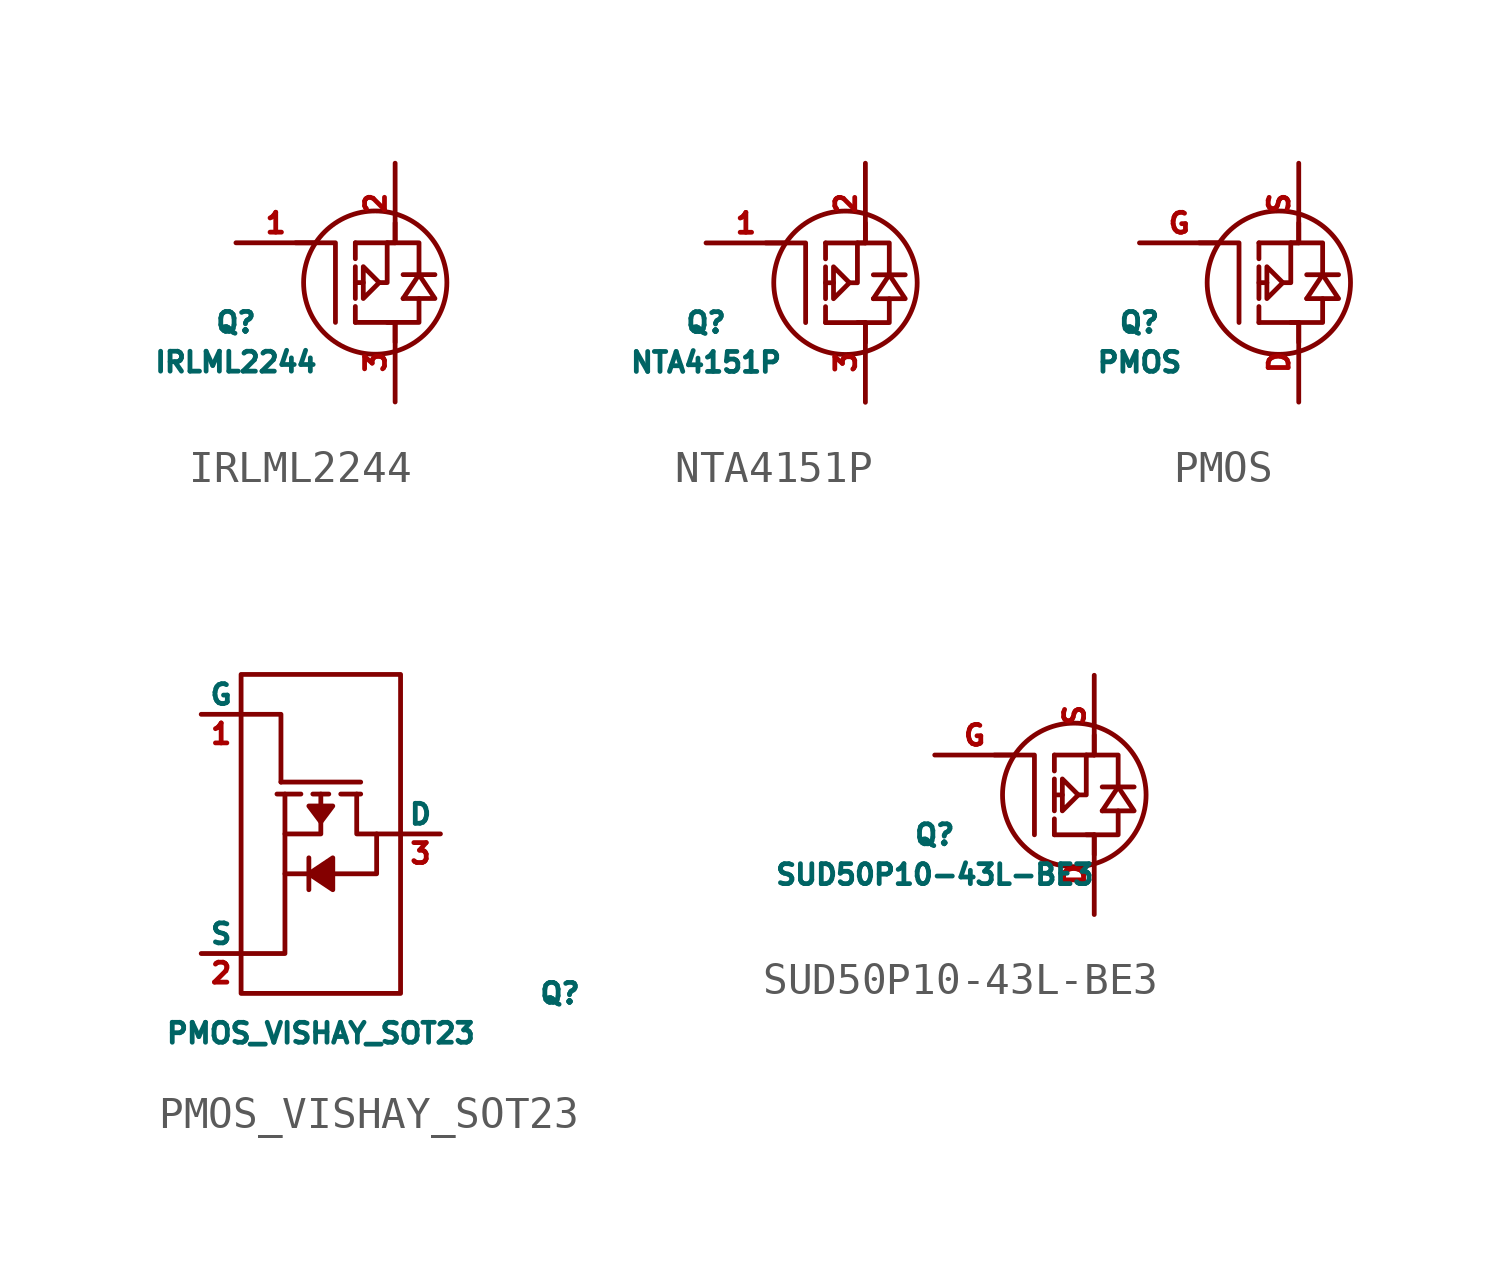
<source format=kicad_sym>
(kicad_symbol_lib
  (version 20211014)
  (generator kicad_symbol_editor)
  (symbol "IRLML2244"
    (pin_names
      (offset 0) hide)
    (property "Reference" "Q"
      (at -3.81 -1.27 0)
      (effects (font (size 0.635 0.635))))
    (property "Value" "IRLML2244"
      (at -3.81 -2.54 0)
      (effects (font (size 0.635 0.635))))
    (symbol "IRLML2244_0_1"
      (polyline (pts (xy 0 -0.762) (xy 0 -1.27)) (stroke (width 0) (type default) (color 0 0 0 0)) (fill (type none)))
      (polyline (pts (xy 0 0.508) (xy 0 -0.508)) (stroke (width 0) (type default) (color 0 0 0 0)) (fill (type none)))
      (polyline (pts (xy 0 0.762) (xy 0 1.27)) (stroke (width 0) (type default) (color 0 0 0 0)) (fill (type none)))
      (polyline (pts (xy 0.254 0) (xy 0 0)) (stroke (width 0) (type default) (color 0 0 0 0)) (fill (type none)))
      (polyline (pts (xy 1.524 -0.508) (xy 2.032 0.254)) (stroke (width 0) (type default) (color 0 0 0 0)) (fill (type none)))
      (polyline (pts (xy 1.524 0.254) (xy 2.54 0.254)) (stroke (width 0) (type default) (color 0 0 0 0)) (fill (type none)))
      (polyline (pts (xy -1.905 1.27) (xy -0.635 1.27) (xy -0.635 -1.27)) (stroke (width 0) (type default) (color 0 0 0 0)) (fill (type none)))
      (polyline (pts (xy 0 -1.27) (xy 1.27 -1.27) (xy 1.27 -1.905)) (stroke (width 0) (type default) (color 0 0 0 0)) (fill (type none)))
      (polyline (pts (xy 0 1.27) (xy 1.27 1.27) (xy 1.27 1.905)) (stroke (width 0) (type default) (color 0 0 0 0)) (fill (type none)))
      (polyline (pts (xy 0.762 0) (xy 1.016 0) (xy 1.016 1.27)) (stroke (width 0) (type default) (color 0 0 0 0)) (fill (type none)))
      (polyline (pts (xy 1.016 -1.27) (xy 2.032 -1.27) (xy 2.032 -0.508)) (stroke (width 0) (type default) (color 0 0 0 0)) (fill (type none)))
      (polyline (pts (xy 2.032 0.254) (xy 2.032 1.27) (xy 1.016 1.27)) (stroke (width 0) (type default) (color 0 0 0 0)) (fill (type none)))
      (polyline (pts (xy 0.254 0.508) (xy 0.254 -0.508) (xy 0.762 0) (xy 0.254 0.508)) (stroke (width 0) (type default) (color 0 0 0 0)) (fill (type none)))
      (polyline (pts (xy 1.524 -0.508) (xy 2.286 -0.508) (xy 2.54 -0.508) (xy 2.032 0.254)) (stroke (width 0) (type default) (color 0 0 0 0)) (fill (type none)))
      (circle (center 0.635 0) (radius 2.286) (stroke (width 0) (type default) (color 0 0 0 0)) (fill (type none))))
    (symbol "IRLML2244_1_1"
      (pin input line (at -3.81 1.27 0) (length 2.54) (name "G" (effects (font (size 0.635 0.635)))) (number "1" (effects (font (size 0.635 0.635)))))
      (pin input line (at 1.27 3.81 270) (length 2.54) (name "S" (effects (font (size 0.635 0.635)))) (number "2" (effects (font (size 0.635 0.635)))))
      (pin input line (at 1.27 -3.81 90) (length 2.54) (name "D" (effects (font (size 0.635 0.635)))) (number "3" (effects (font (size 0.635 0.635)))))))
  (symbol "NTA4151P"
    (pin_names
      (offset 0) hide)
    (property "Reference" "Q"
      (at -3.81 -1.27 0)
      (effects (font (size 0.635 0.635))))
    (property "Value" "NTA4151P"
      (at -3.81 -2.54 0)
      (effects (font (size 0.635 0.635))))
    (symbol "NTA4151P_0_1"
      (polyline (pts (xy 0 -0.762) (xy 0 -1.27)) (stroke (width 0) (type default) (color 0 0 0 0)) (fill (type none)))
      (polyline (pts (xy 0 0.508) (xy 0 -0.508)) (stroke (width 0) (type default) (color 0 0 0 0)) (fill (type none)))
      (polyline (pts (xy 0 0.762) (xy 0 1.27)) (stroke (width 0) (type default) (color 0 0 0 0)) (fill (type none)))
      (polyline (pts (xy 0.254 0) (xy 0 0)) (stroke (width 0) (type default) (color 0 0 0 0)) (fill (type none)))
      (polyline (pts (xy 1.524 -0.508) (xy 2.032 0.254)) (stroke (width 0) (type default) (color 0 0 0 0)) (fill (type none)))
      (polyline (pts (xy 1.524 0.254) (xy 2.54 0.254)) (stroke (width 0) (type default) (color 0 0 0 0)) (fill (type none)))
      (polyline (pts (xy -1.905 1.27) (xy -0.635 1.27) (xy -0.635 -1.27)) (stroke (width 0) (type default) (color 0 0 0 0)) (fill (type none)))
      (polyline (pts (xy 0 -1.27) (xy 1.27 -1.27) (xy 1.27 -1.905)) (stroke (width 0) (type default) (color 0 0 0 0)) (fill (type none)))
      (polyline (pts (xy 0 1.27) (xy 1.27 1.27) (xy 1.27 1.905)) (stroke (width 0) (type default) (color 0 0 0 0)) (fill (type none)))
      (polyline (pts (xy 0.762 0) (xy 1.016 0) (xy 1.016 1.27)) (stroke (width 0) (type default) (color 0 0 0 0)) (fill (type none)))
      (polyline (pts (xy 1.016 -1.27) (xy 2.032 -1.27) (xy 2.032 -0.508)) (stroke (width 0) (type default) (color 0 0 0 0)) (fill (type none)))
      (polyline (pts (xy 2.032 0.254) (xy 2.032 1.27) (xy 1.016 1.27)) (stroke (width 0) (type default) (color 0 0 0 0)) (fill (type none)))
      (polyline (pts (xy 0.254 0.508) (xy 0.254 -0.508) (xy 0.762 0) (xy 0.254 0.508)) (stroke (width 0) (type default) (color 0 0 0 0)) (fill (type none)))
      (polyline (pts (xy 1.524 -0.508) (xy 2.286 -0.508) (xy 2.54 -0.508) (xy 2.032 0.254)) (stroke (width 0) (type default) (color 0 0 0 0)) (fill (type none)))
      (circle (center 0.635 0) (radius 2.286) (stroke (width 0) (type default) (color 0 0 0 0)) (fill (type none))))
    (symbol "NTA4151P_1_1"
      (pin input line (at -3.81 1.27 0) (length 2.54) (name "G" (effects (font (size 0.635 0.635)))) (number "1" (effects (font (size 0.635 0.635)))))
      (pin input line (at 1.27 3.81 270) (length 2.54) (name "S" (effects (font (size 0.635 0.635)))) (number "2" (effects (font (size 0.635 0.635)))))
      (pin input line (at 1.27 -3.81 90) (length 2.54) (name "D" (effects (font (size 0.635 0.635)))) (number "3" (effects (font (size 0.635 0.635)))))))
  (symbol "PMOS"
    (pin_names
      (offset 0) hide)
    (property "Reference" "Q"
      (at -3.81 -1.27 0)
      (effects (font (size 0.635 0.635))))
    (property "Value" "PMOS"
      (at -3.81 -2.54 0)
      (effects (font (size 0.635 0.635))))
    (symbol "PMOS_0_1"
      (polyline (pts (xy 0 -0.762) (xy 0 -1.27)) (stroke (width 0) (type default) (color 0 0 0 0)) (fill (type none)))
      (polyline (pts (xy 0 0.508) (xy 0 -0.508)) (stroke (width 0) (type default) (color 0 0 0 0)) (fill (type none)))
      (polyline (pts (xy 0 0.762) (xy 0 1.27)) (stroke (width 0) (type default) (color 0 0 0 0)) (fill (type none)))
      (polyline (pts (xy 0.254 0) (xy 0 0)) (stroke (width 0) (type default) (color 0 0 0 0)) (fill (type none)))
      (polyline (pts (xy 1.524 -0.508) (xy 2.032 0.254)) (stroke (width 0) (type default) (color 0 0 0 0)) (fill (type none)))
      (polyline (pts (xy 1.524 0.254) (xy 2.54 0.254)) (stroke (width 0) (type default) (color 0 0 0 0)) (fill (type none)))
      (polyline (pts (xy -1.905 1.27) (xy -0.635 1.27) (xy -0.635 -1.27)) (stroke (width 0) (type default) (color 0 0 0 0)) (fill (type none)))
      (polyline (pts (xy 0 -1.27) (xy 1.27 -1.27) (xy 1.27 -1.905)) (stroke (width 0) (type default) (color 0 0 0 0)) (fill (type none)))
      (polyline (pts (xy 0 1.27) (xy 1.27 1.27) (xy 1.27 1.905)) (stroke (width 0) (type default) (color 0 0 0 0)) (fill (type none)))
      (polyline (pts (xy 0.762 0) (xy 1.016 0) (xy 1.016 1.27)) (stroke (width 0) (type default) (color 0 0 0 0)) (fill (type none)))
      (polyline (pts (xy 1.016 -1.27) (xy 2.032 -1.27) (xy 2.032 -0.508)) (stroke (width 0) (type default) (color 0 0 0 0)) (fill (type none)))
      (polyline (pts (xy 2.032 0.254) (xy 2.032 1.27) (xy 1.016 1.27)) (stroke (width 0) (type default) (color 0 0 0 0)) (fill (type none)))
      (polyline (pts (xy 0.254 0.508) (xy 0.254 -0.508) (xy 0.762 0) (xy 0.254 0.508)) (stroke (width 0) (type default) (color 0 0 0 0)) (fill (type none)))
      (polyline (pts (xy 1.524 -0.508) (xy 2.286 -0.508) (xy 2.54 -0.508) (xy 2.032 0.254)) (stroke (width 0) (type default) (color 0 0 0 0)) (fill (type none)))
      (circle (center 0.635 0) (radius 2.286) (stroke (width 0) (type default) (color 0 0 0 0)) (fill (type none))))
    (symbol "PMOS_1_1"
      (pin input line (at 1.27 -3.81 90) (length 2.54) (name "D" (effects (font (size 0.635 0.635)))) (number "D" (effects (font (size 0.635 0.635)))))
      (pin input line (at -3.81 1.27 0) (length 2.54) (name "G" (effects (font (size 0.635 0.635)))) (number "G" (effects (font (size 0.635 0.635)))))
      (pin input line (at 1.27 3.81 270) (length 2.54) (name "S" (effects (font (size 0.635 0.635)))) (number "S" (effects (font (size 0.635 0.635)))))))
  (symbol "PMOS_VISHAY_SOT23"
    (pin_names
      (offset 0))
    (property "Reference" "Q"
      (at 7.62 -5.08 0)
      (effects (font (size 0.635 0.635))))
    (property "Value" "PMOS_VISHAY_SOT23"
      (at 0 -6.35 0)
      (effects (font (size 0.635 0.635))))
    (property "Footprint" ""
      (at 0 0 0)
      (effects (font (size 0.635 0.635))))
    (property "Datasheet" ""
      (at 0 0 0)
      (effects (font (size 0.635 0.635))))
    (symbol "PMOS_VISHAY_SOT23_0_1"
      (rectangle (start -2.54 5.08) (end 2.54 -5.08) (stroke (width 0) (type default) (color 0 0 0 0)) (fill (type none)))
      (polyline (pts (xy -1.397 1.27) (xy -0.635 1.27)) (stroke (width 0) (type default) (color 0 0 0 0)) (fill (type none)))
      (polyline (pts (xy -1.27 1.651) (xy 1.27 1.651)) (stroke (width 0) (type default) (color 0 0 0 0)) (fill (type none)))
      (polyline (pts (xy -0.381 -0.762) (xy -0.381 -1.778)) (stroke (width 0) (type default) (color 0 0 0 0)) (fill (type none)))
      (polyline (pts (xy -0.254 1.27) (xy 0.254 1.27)) (stroke (width 0) (type default) (color 0 0 0 0)) (fill (type none)))
      (polyline (pts (xy 0.635 1.27) (xy 1.27 1.27)) (stroke (width 0) (type default) (color 0 0 0 0)) (fill (type none)))
      (polyline (pts (xy -2.54 -3.81) (xy -1.143 -3.81) (xy -1.143 1.27)) (stroke (width 0) (type default) (color 0 0 0 0)) (fill (type none)))
      (polyline (pts (xy -2.54 3.81) (xy -1.27 3.81) (xy -1.27 1.651)) (stroke (width 0) (type default) (color 0 0 0 0)) (fill (type none)))
      (polyline (pts (xy 0 1.27) (xy 0 0) (xy -1.143 0)) (stroke (width 0) (type default) (color 0 0 0 0)) (fill (type none)))
      (polyline (pts (xy 1.143 1.27) (xy 1.143 0) (xy 2.54 0)) (stroke (width 0) (type default) (color 0 0 0 0)) (fill (type none)))
      (polyline (pts (xy 1.778 0) (xy 1.778 -1.27) (xy -1.143 -1.27)) (stroke (width 0) (type default) (color 0 0 0 0)) (fill (type none)))
      (polyline (pts (xy -0.381 -1.27) (xy 0.381 -0.762) (xy 0.381 -1.778) (xy -0.381 -1.27)) (stroke (width 0) (type default) (color 0 0 0 0)) (fill (type outline)))
      (polyline (pts (xy -0.381 0.889) (xy 0 0.381) (xy 0.381 0.889) (xy -0.254 0.889) (xy -0.381 0.889)) (stroke (width 0) (type default) (color 0 0 0 0)) (fill (type outline))))
    (symbol "PMOS_VISHAY_SOT23_1_1"
      (pin input line (at -3.81 3.81 0) (length 1.27) (name "G" (effects (font (size 0.635 0.635)))) (number "1" (effects (font (size 0.635 0.635)))))
      (pin input line (at -3.81 -3.81 0) (length 1.27) (name "S" (effects (font (size 0.635 0.635)))) (number "2" (effects (font (size 0.635 0.635)))))
      (pin input line (at 3.81 0 180) (length 1.27) (name "D" (effects (font (size 0.635 0.635)))) (number "3" (effects (font (size 0.635 0.635)))))))
  (symbol "SUD50P10-43L-BE3"
    (pin_names
      (offset 0) hide)
    (property "Reference" "Q"
      (at -3.81 -1.27 0)
      (effects (font (size 0.635 0.635))))
    (property "Value" "SUD50P10-43L-BE3"
      (at -3.81 -2.54 0)
      (effects (font (size 0.635 0.635))))
    (symbol "SUD50P10-43L-BE3_0_1"
      (polyline (pts (xy 0 -0.762) (xy 0 -1.27)) (stroke (width 0) (type default) (color 0 0 0 0)) (fill (type none)))
      (polyline (pts (xy 0 0.508) (xy 0 -0.508)) (stroke (width 0) (type default) (color 0 0 0 0)) (fill (type none)))
      (polyline (pts (xy 0 0.762) (xy 0 1.27)) (stroke (width 0) (type default) (color 0 0 0 0)) (fill (type none)))
      (polyline (pts (xy 0.254 0) (xy 0 0)) (stroke (width 0) (type default) (color 0 0 0 0)) (fill (type none)))
      (polyline (pts (xy 1.524 -0.508) (xy 2.032 0.254)) (stroke (width 0) (type default) (color 0 0 0 0)) (fill (type none)))
      (polyline (pts (xy 1.524 0.254) (xy 2.54 0.254)) (stroke (width 0) (type default) (color 0 0 0 0)) (fill (type none)))
      (polyline (pts (xy -1.905 1.27) (xy -0.635 1.27) (xy -0.635 -1.27)) (stroke (width 0) (type default) (color 0 0 0 0)) (fill (type none)))
      (polyline (pts (xy 0 -1.27) (xy 1.27 -1.27) (xy 1.27 -1.905)) (stroke (width 0) (type default) (color 0 0 0 0)) (fill (type none)))
      (polyline (pts (xy 0 1.27) (xy 1.27 1.27) (xy 1.27 1.905)) (stroke (width 0) (type default) (color 0 0 0 0)) (fill (type none)))
      (polyline (pts (xy 0.762 0) (xy 1.016 0) (xy 1.016 1.27)) (stroke (width 0) (type default) (color 0 0 0 0)) (fill (type none)))
      (polyline (pts (xy 1.016 -1.27) (xy 2.032 -1.27) (xy 2.032 -0.508)) (stroke (width 0) (type default) (color 0 0 0 0)) (fill (type none)))
      (polyline (pts (xy 2.032 0.254) (xy 2.032 1.27) (xy 1.016 1.27)) (stroke (width 0) (type default) (color 0 0 0 0)) (fill (type none)))
      (polyline (pts (xy 0.254 0.508) (xy 0.254 -0.508) (xy 0.762 0) (xy 0.254 0.508)) (stroke (width 0) (type default) (color 0 0 0 0)) (fill (type none)))
      (polyline (pts (xy 1.524 -0.508) (xy 2.286 -0.508) (xy 2.54 -0.508) (xy 2.032 0.254)) (stroke (width 0) (type default) (color 0 0 0 0)) (fill (type none)))
      (circle (center 0.635 0) (radius 2.286) (stroke (width 0) (type default) (color 0 0 0 0)) (fill (type none))))
    (symbol "SUD50P10-43L-BE3_1_1"
      (pin input line (at 1.27 -3.81 90) (length 2.54) (name "D" (effects (font (size 0.635 0.635)))) (number "D" (effects (font (size 0.635 0.635)))))
      (pin input line (at -3.81 1.27 0) (length 2.54) (name "G" (effects (font (size 0.635 0.635)))) (number "G" (effects (font (size 0.635 0.635)))))
      (pin input line (at 1.27 3.81 270) (length 2.54) (name "S" (effects (font (size 0.635 0.635)))) (number "S" (effects (font (size 0.635 0.635))))))))
</source>
